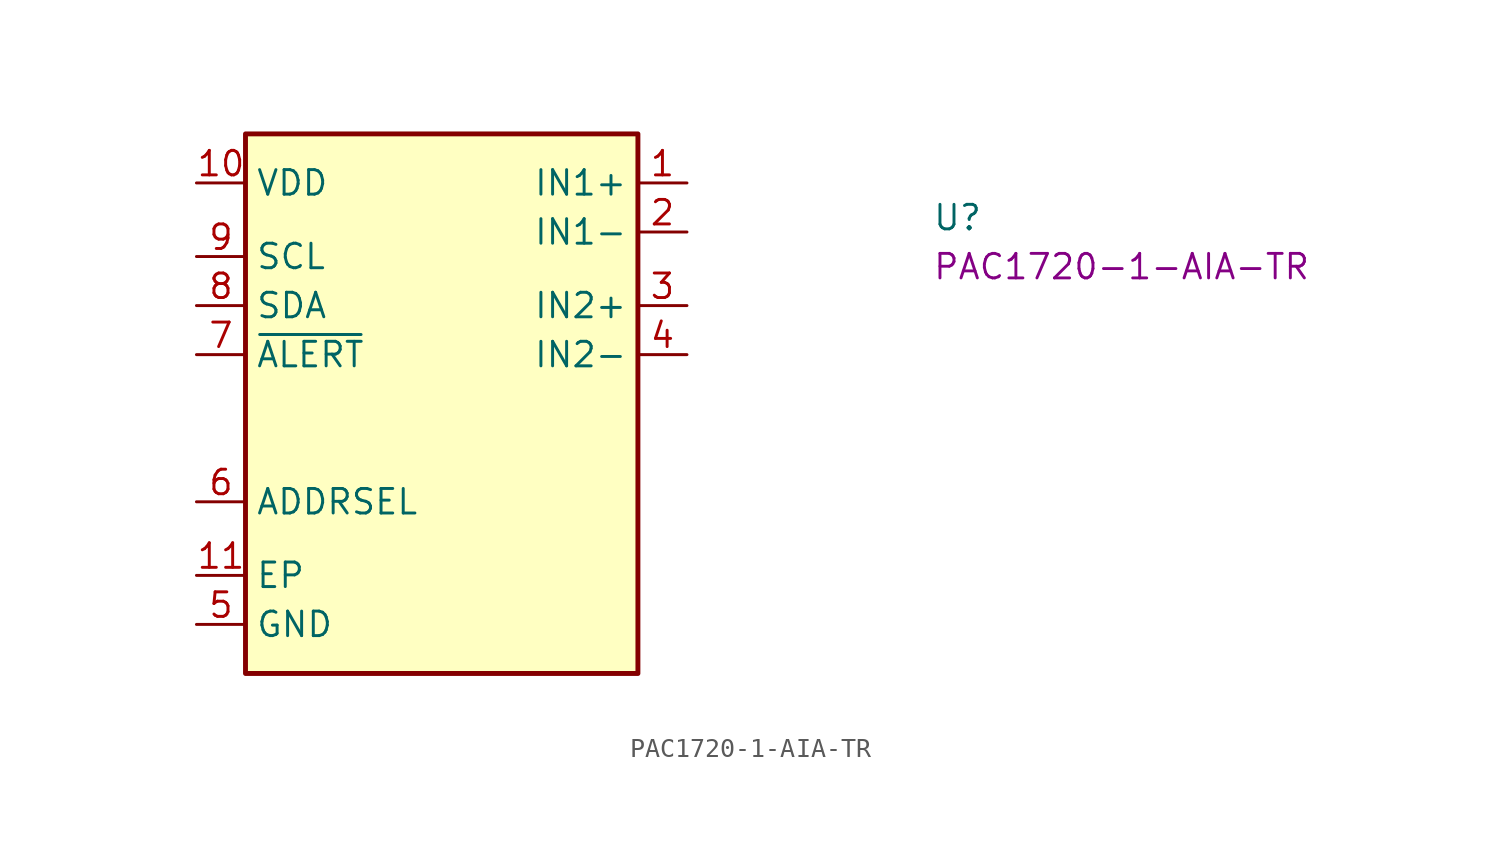
<source format=kicad_sym>
(kicad_symbol_lib
  (version 20220914)
  (generator kicad_symbol_editor)
  (symbol "PAC1720-1-AIA-TR"
    (property "Reference" "U"
      (at 38.1 -2.54 0)
      (effects (font (size 1.27 1.27) (thickness 0.15)) (justify left bottom)))
    (property "MPN" "PAC1720-1-AIA-TR"
      (at 38.1 -5.08 0)
      (effects (font (size 1.27 1.27) (thickness 0.15)) (justify left bottom)))
    (symbol "PAC1720-1-AIA-TR_1_1"
      (rectangle (start 2.54 2.54) (end 22.86 -25.4) (stroke (width 0.254) (type default)) (fill (type background)))
      (pin input line (at 25.4 0 180) (length 2.54) (name "IN1+" (effects (font (size 1.27 1.27)))) (number "1" (effects (font (size 1.27 1.27)))))
      (pin power_in line (at 0 0 0) (length 2.54) (name "VDD" (effects (font (size 1.27 1.27)))) (number "10" (effects (font (size 1.27 1.27)))))
      (pin passive line (at 0 -20.32 0) (length 2.54) (name "EP" (effects (font (size 1.27 1.27)))) (number "11" (effects (font (size 1.27 1.27)))))
      (pin input line (at 25.4 -2.54 180) (length 2.54) (name "IN1-" (effects (font (size 1.27 1.27)))) (number "2" (effects (font (size 1.27 1.27)))))
      (pin input line (at 25.4 -6.35 180) (length 2.54) (name "IN2+" (effects (font (size 1.27 1.27)))) (number "3" (effects (font (size 1.27 1.27)))))
      (pin input line (at 25.4 -8.89 180) (length 2.54) (name "IN2-" (effects (font (size 1.27 1.27)))) (number "4" (effects (font (size 1.27 1.27)))))
      (pin power_in line (at 0 -22.86 0) (length 2.54) (name "GND" (effects (font (size 1.27 1.27)))) (number "5" (effects (font (size 1.27 1.27)))))
      (pin bidirectional line (at 0 -16.51 0) (length 2.54) (name "ADDRSEL" (effects (font (size 1.27 1.27)))) (number "6" (effects (font (size 1.27 1.27)))))
      (pin bidirectional line (at 0 -8.89 0) (length 2.54) (name "~{ALERT}" (effects (font (size 1.27 1.27)))) (number "7" (effects (font (size 1.27 1.27)))))
      (pin bidirectional line (at 0 -6.35 0) (length 2.54) (name "SDA" (effects (font (size 1.27 1.27)))) (number "8" (effects (font (size 1.27 1.27)))))
      (pin input line (at 0 -3.81 0) (length 2.54) (name "SCL" (effects (font (size 1.27 1.27)))) (number "9" (effects (font (size 1.27 1.27))))))))
</source>
